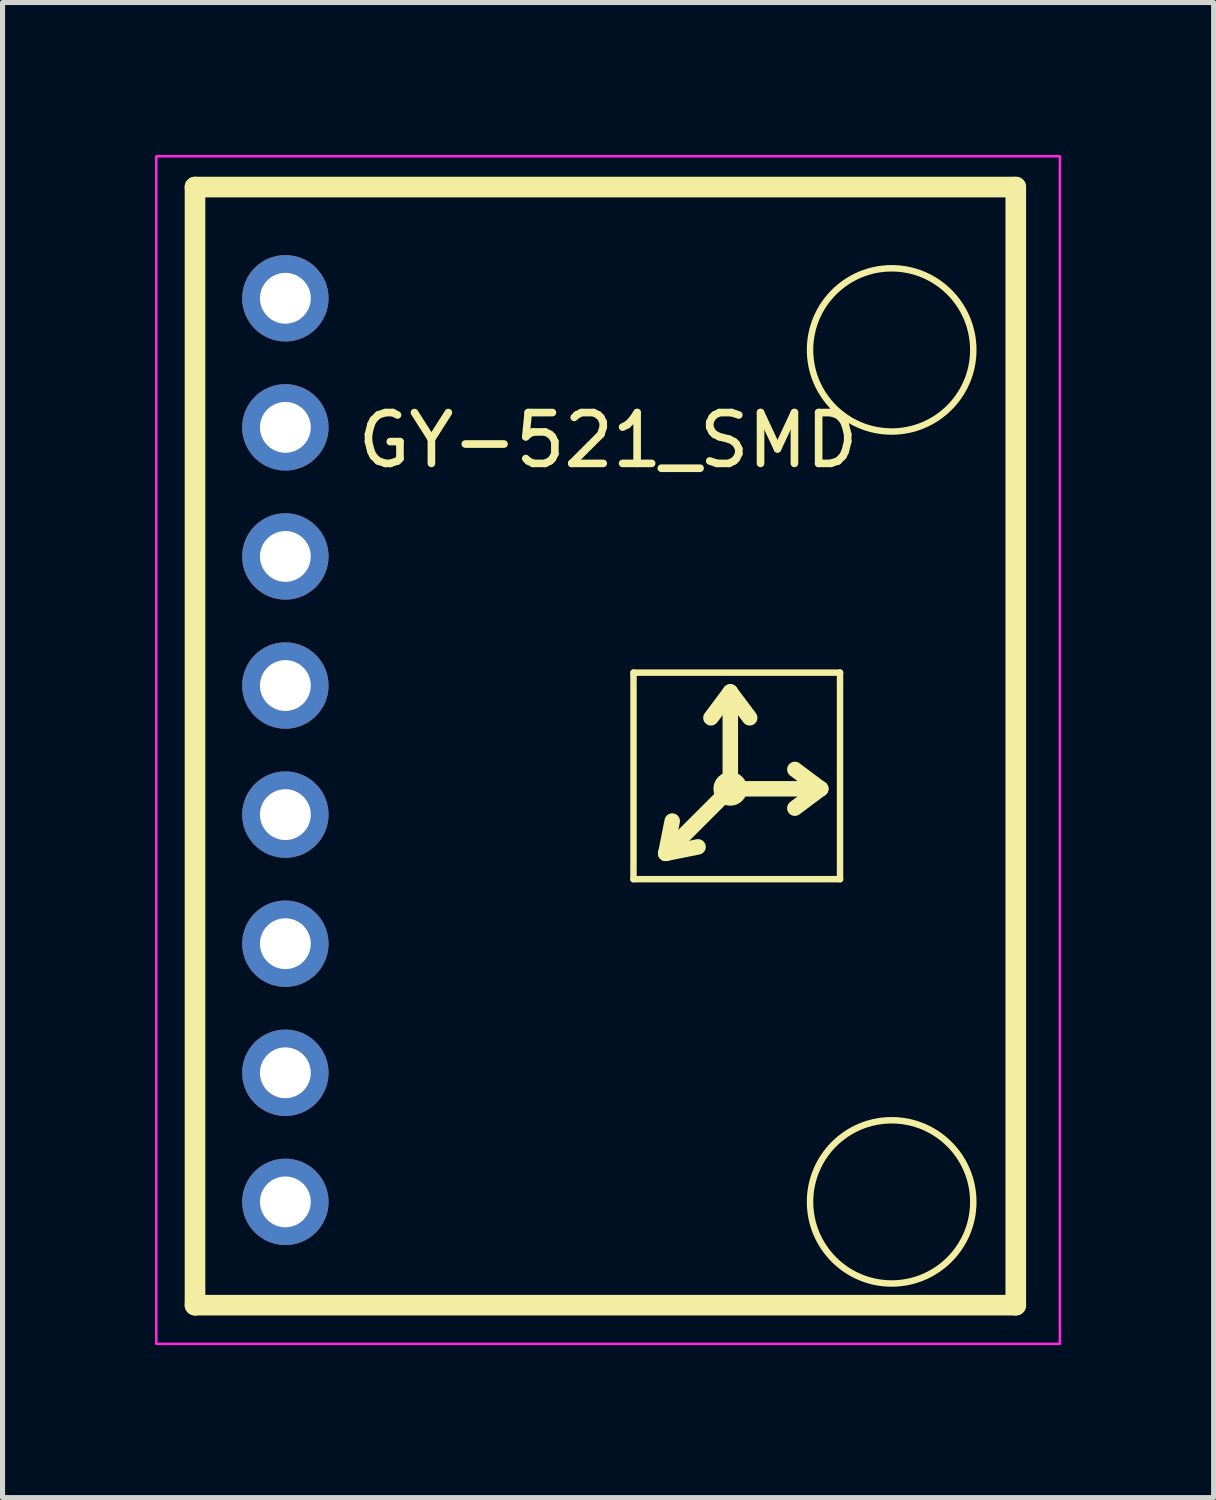
<source format=kicad_pcb>
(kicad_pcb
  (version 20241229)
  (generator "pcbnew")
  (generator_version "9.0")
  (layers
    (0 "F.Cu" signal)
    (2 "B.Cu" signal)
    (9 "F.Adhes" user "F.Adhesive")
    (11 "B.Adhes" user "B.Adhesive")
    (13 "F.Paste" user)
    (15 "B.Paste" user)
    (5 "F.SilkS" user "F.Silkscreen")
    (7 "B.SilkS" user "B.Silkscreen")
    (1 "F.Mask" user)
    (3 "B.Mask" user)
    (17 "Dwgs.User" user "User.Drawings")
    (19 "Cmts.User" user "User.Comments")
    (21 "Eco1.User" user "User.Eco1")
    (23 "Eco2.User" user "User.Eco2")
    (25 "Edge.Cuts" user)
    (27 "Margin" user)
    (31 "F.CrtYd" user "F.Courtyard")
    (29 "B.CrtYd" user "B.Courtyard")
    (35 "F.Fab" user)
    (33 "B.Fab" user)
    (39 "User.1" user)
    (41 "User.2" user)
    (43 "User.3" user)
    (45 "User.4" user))
  (footprint "GY-521_SMD"
    (layer "F.Cu")
    (at 0.787 22.631)
    (property "Reference" "GY-521_SMD" (at 8.128 -17.018 0) (layer "F.SilkS") (effects (font (size 1 1) (thickness 0.15))))
    (attr smd)
    (fp_line (start 0 -22) (end 0 0) (stroke (width 0.406) (type solid)) (layer "F.SilkS"))
    (fp_line (start 0 0) (end 16.15 0) (stroke (width 0.406) (type solid)) (layer "F.SilkS"))
    (fp_line (start 8.628 -12.446) (end 8.628 -8.382) (stroke (width 0.127) (type solid)) (layer "F.SilkS"))
    (fp_line (start 8.628 -8.382) (end 12.692 -8.382) (stroke (width 0.127) (type solid)) (layer "F.SilkS"))
    (fp_line (start 9.263 -8.89) (end 9.39 -9.525) (stroke (width 0.305) (type solid)) (layer "F.SilkS"))
    (fp_line (start 9.263 -8.89) (end 9.898 -9.017) (stroke (width 0.305) (type solid)) (layer "F.SilkS"))
    (fp_line (start 10.533 -12.065) (end 10.152 -11.557) (stroke (width 0.305) (type solid)) (layer "F.SilkS"))
    (fp_line (start 10.533 -10.16) (end 9.263 -8.89) (stroke (width 0.305) (type solid)) (layer "F.SilkS"))
    (fp_line (start 10.533 -10.16) (end 10.533 -12.065) (stroke (width 0.305) (type solid)) (layer "F.SilkS"))
    (fp_line (start 10.533 -10.16) (end 12.311 -10.16) (stroke (width 0.305) (type solid)) (layer "F.SilkS"))
    (fp_line (start 10.914 -11.557) (end 10.533 -12.065) (stroke (width 0.305) (type solid)) (layer "F.SilkS"))
    (fp_line (start 11.803 -10.541) (end 12.311 -10.16) (stroke (width 0.305) (type solid)) (layer "F.SilkS"))
    (fp_line (start 12.311 -10.16) (end 11.803 -9.779) (stroke (width 0.305) (type solid)) (layer "F.SilkS"))
    (fp_line (start 12.692 -12.446) (end 8.628 -12.446) (stroke (width 0.127) (type solid)) (layer "F.SilkS"))
    (fp_line (start 12.692 -8.382) (end 12.692 -12.446) (stroke (width 0.127) (type solid)) (layer "F.SilkS"))
    (fp_line (start 16.15 -22) (end 0 -22) (stroke (width 0.406) (type solid)) (layer "F.SilkS"))
    (fp_line (start 16.15 0) (end 16.15 -22) (stroke (width 0.406) (type solid)) (layer "F.SilkS"))
    (fp_circle (center 10.533 -10.16) (end 10.713 -10.16) (stroke (width 0.305) (type solid)) (fill no) (layer "F.SilkS"))
    (fp_circle (center 13.708 -18.796) (end 15.314 -18.796) (stroke (width 0.127) (type solid)) (fill no) (layer "F.SilkS"))
    (fp_circle (center 13.708 -2.032) (end 15.314 -2.032) (stroke (width 0.127) (type solid)) (fill no) (layer "F.SilkS"))
    (fp_rect (start -0.762 -22.606) (end 17.018 0.762) (stroke (width 0.05) (type default)) (fill no) (layer "F.CrtYd"))
    (pad "1" thru_hole circle (at 1.778 -19.812) (size 1.7 1.7) (drill 1) (layers "*.Cu" "*.Mask"))
    (pad "2" thru_hole circle (at 1.778 -17.272) (size 1.7 1.7) (drill 1) (layers "*.Cu" "*.Mask"))
    (pad "3" thru_hole circle (at 1.778 -14.732) (size 1.7 1.7) (drill 1) (layers "*.Cu" "*.Mask"))
    (pad "4" thru_hole circle (at 1.778 -12.192) (size 1.7 1.7) (drill 1) (layers "*.Cu" "*.Mask"))
    (pad "5" thru_hole circle (at 1.778 -9.652) (size 1.7 1.7) (drill 1) (layers "*.Cu" "*.Mask"))
    (pad "6" thru_hole circle (at 1.778 -7.112) (size 1.7 1.7) (drill 1) (layers "*.Cu" "*.Mask"))
    (pad "7" thru_hole circle (at 1.778 -4.572) (size 1.7 1.7) (drill 1) (layers "*.Cu" "*.Mask"))
    (pad "8" thru_hole circle (at 1.778 -2.032) (size 1.7 1.7) (drill 1) (layers "*.Cu" "*.Mask")))
  (gr_rect
    (start -3 -3)
    (end 20.83 26.418)
    (stroke (width 0.1) (type default))
    (fill no)
    (layer "Edge.Cuts")))
</source>
